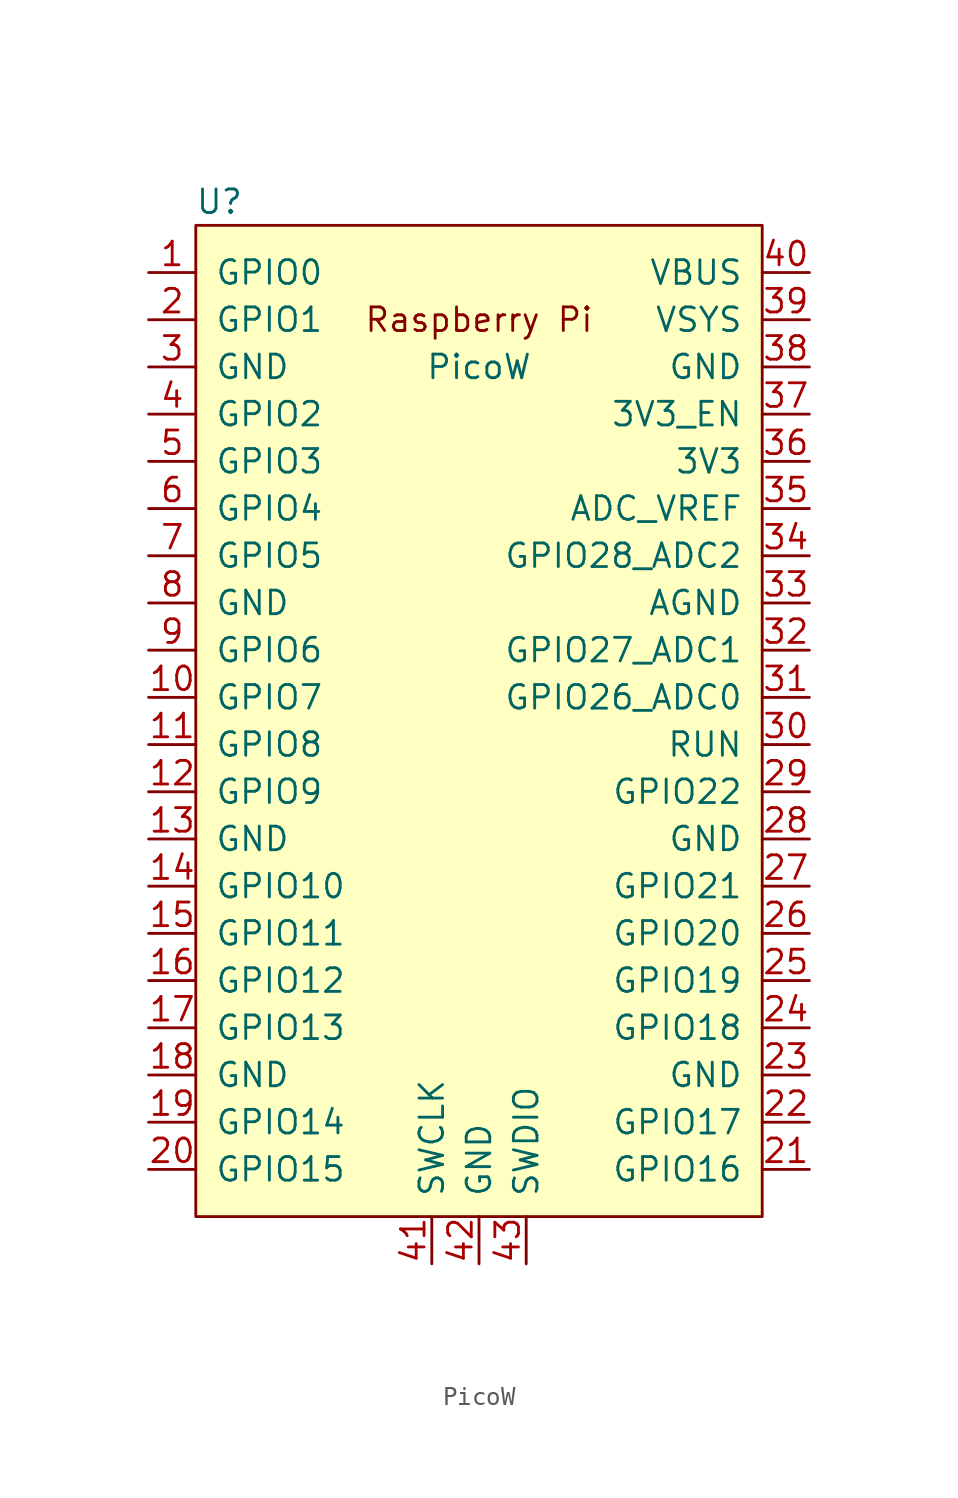
<source format=kicad_sym>
(kicad_symbol_lib
  (version 20220914)
  (generator kicad_symbol_editor)
  (symbol "PicoW"
    (pin_names
      (offset 1.016))
    (property "Reference" "U"
      (at -13.97 27.94 0)
      (effects (font (size 1.27 1.27))))
    (property "Value" "PicoW"
      (at 0 19.05 0)
      (effects (font (size 1.27 1.27))))
    (symbol "PicoW_0_0"
      (text "Raspberry Pi" (at 0 21.59 0) (effects (font (size 1.27 1.27)))))
    (symbol "PicoW_0_1"
      (rectangle (start -15.24 26.67) (end 15.24 -26.67) (stroke (width 0) (type default)) (fill (type background))))
    (symbol "PicoW_1_1"
      (pin bidirectional line (at -17.78 24.13 0) (length 2.54) (name "GPIO0" (effects (font (size 1.27 1.27)))) (number "1" (effects (font (size 1.27 1.27)))))
      (pin bidirectional line (at -17.78 1.27 0) (length 2.54) (name "GPIO7" (effects (font (size 1.27 1.27)))) (number "10" (effects (font (size 1.27 1.27)))))
      (pin bidirectional line (at -17.78 -1.27 0) (length 2.54) (name "GPIO8" (effects (font (size 1.27 1.27)))) (number "11" (effects (font (size 1.27 1.27)))))
      (pin bidirectional line (at -17.78 -3.81 0) (length 2.54) (name "GPIO9" (effects (font (size 1.27 1.27)))) (number "12" (effects (font (size 1.27 1.27)))))
      (pin power_in line (at -17.78 -6.35 0) (length 2.54) (name "GND" (effects (font (size 1.27 1.27)))) (number "13" (effects (font (size 1.27 1.27)))))
      (pin bidirectional line (at -17.78 -8.89 0) (length 2.54) (name "GPIO10" (effects (font (size 1.27 1.27)))) (number "14" (effects (font (size 1.27 1.27)))))
      (pin bidirectional line (at -17.78 -11.43 0) (length 2.54) (name "GPIO11" (effects (font (size 1.27 1.27)))) (number "15" (effects (font (size 1.27 1.27)))))
      (pin bidirectional line (at -17.78 -13.97 0) (length 2.54) (name "GPIO12" (effects (font (size 1.27 1.27)))) (number "16" (effects (font (size 1.27 1.27)))))
      (pin bidirectional line (at -17.78 -16.51 0) (length 2.54) (name "GPIO13" (effects (font (size 1.27 1.27)))) (number "17" (effects (font (size 1.27 1.27)))))
      (pin power_in line (at -17.78 -19.05 0) (length 2.54) (name "GND" (effects (font (size 1.27 1.27)))) (number "18" (effects (font (size 1.27 1.27)))))
      (pin bidirectional line (at -17.78 -21.59 0) (length 2.54) (name "GPIO14" (effects (font (size 1.27 1.27)))) (number "19" (effects (font (size 1.27 1.27)))))
      (pin bidirectional line (at -17.78 21.59 0) (length 2.54) (name "GPIO1" (effects (font (size 1.27 1.27)))) (number "2" (effects (font (size 1.27 1.27)))))
      (pin bidirectional line (at -17.78 -24.13 0) (length 2.54) (name "GPIO15" (effects (font (size 1.27 1.27)))) (number "20" (effects (font (size 1.27 1.27)))))
      (pin bidirectional line (at 17.78 -24.13 180) (length 2.54) (name "GPIO16" (effects (font (size 1.27 1.27)))) (number "21" (effects (font (size 1.27 1.27)))))
      (pin bidirectional line (at 17.78 -21.59 180) (length 2.54) (name "GPIO17" (effects (font (size 1.27 1.27)))) (number "22" (effects (font (size 1.27 1.27)))))
      (pin power_in line (at 17.78 -19.05 180) (length 2.54) (name "GND" (effects (font (size 1.27 1.27)))) (number "23" (effects (font (size 1.27 1.27)))))
      (pin bidirectional line (at 17.78 -16.51 180) (length 2.54) (name "GPIO18" (effects (font (size 1.27 1.27)))) (number "24" (effects (font (size 1.27 1.27)))))
      (pin bidirectional line (at 17.78 -13.97 180) (length 2.54) (name "GPIO19" (effects (font (size 1.27 1.27)))) (number "25" (effects (font (size 1.27 1.27)))))
      (pin bidirectional line (at 17.78 -11.43 180) (length 2.54) (name "GPIO20" (effects (font (size 1.27 1.27)))) (number "26" (effects (font (size 1.27 1.27)))))
      (pin bidirectional line (at 17.78 -8.89 180) (length 2.54) (name "GPIO21" (effects (font (size 1.27 1.27)))) (number "27" (effects (font (size 1.27 1.27)))))
      (pin power_in line (at 17.78 -6.35 180) (length 2.54) (name "GND" (effects (font (size 1.27 1.27)))) (number "28" (effects (font (size 1.27 1.27)))))
      (pin bidirectional line (at 17.78 -3.81 180) (length 2.54) (name "GPIO22" (effects (font (size 1.27 1.27)))) (number "29" (effects (font (size 1.27 1.27)))))
      (pin power_in line (at -17.78 19.05 0) (length 2.54) (name "GND" (effects (font (size 1.27 1.27)))) (number "3" (effects (font (size 1.27 1.27)))))
      (pin input line (at 17.78 -1.27 180) (length 2.54) (name "RUN" (effects (font (size 1.27 1.27)))) (number "30" (effects (font (size 1.27 1.27)))))
      (pin bidirectional line (at 17.78 1.27 180) (length 2.54) (name "GPIO26_ADC0" (effects (font (size 1.27 1.27)))) (number "31" (effects (font (size 1.27 1.27)))))
      (pin bidirectional line (at 17.78 3.81 180) (length 2.54) (name "GPIO27_ADC1" (effects (font (size 1.27 1.27)))) (number "32" (effects (font (size 1.27 1.27)))))
      (pin power_in line (at 17.78 6.35 180) (length 2.54) (name "AGND" (effects (font (size 1.27 1.27)))) (number "33" (effects (font (size 1.27 1.27)))))
      (pin bidirectional line (at 17.78 8.89 180) (length 2.54) (name "GPIO28_ADC2" (effects (font (size 1.27 1.27)))) (number "34" (effects (font (size 1.27 1.27)))))
      (pin unspecified line (at 17.78 11.43 180) (length 2.54) (name "ADC_VREF" (effects (font (size 1.27 1.27)))) (number "35" (effects (font (size 1.27 1.27)))))
      (pin power_out line (at 17.78 13.97 180) (length 2.54) (name "3V3" (effects (font (size 1.27 1.27)))) (number "36" (effects (font (size 1.27 1.27)))))
      (pin input line (at 17.78 16.51 180) (length 2.54) (name "3V3_EN" (effects (font (size 1.27 1.27)))) (number "37" (effects (font (size 1.27 1.27)))))
      (pin power_in line (at 17.78 19.05 180) (length 2.54) (name "GND" (effects (font (size 1.27 1.27)))) (number "38" (effects (font (size 1.27 1.27)))))
      (pin power_in line (at 17.78 21.59 180) (length 2.54) (name "VSYS" (effects (font (size 1.27 1.27)))) (number "39" (effects (font (size 1.27 1.27)))))
      (pin bidirectional line (at -17.78 16.51 0) (length 2.54) (name "GPIO2" (effects (font (size 1.27 1.27)))) (number "4" (effects (font (size 1.27 1.27)))))
      (pin unspecified line (at 17.78 24.13 180) (length 2.54) (name "VBUS" (effects (font (size 1.27 1.27)))) (number "40" (effects (font (size 1.27 1.27)))))
      (pin input line (at -2.54 -29.21 90) (length 2.54) (name "SWCLK" (effects (font (size 1.27 1.27)))) (number "41" (effects (font (size 1.27 1.27)))))
      (pin power_in line (at 0 -29.21 90) (length 2.54) (name "GND" (effects (font (size 1.27 1.27)))) (number "42" (effects (font (size 1.27 1.27)))))
      (pin bidirectional line (at 2.54 -29.21 90) (length 2.54) (name "SWDIO" (effects (font (size 1.27 1.27)))) (number "43" (effects (font (size 1.27 1.27)))))
      (pin bidirectional line (at -17.78 13.97 0) (length 2.54) (name "GPIO3" (effects (font (size 1.27 1.27)))) (number "5" (effects (font (size 1.27 1.27)))))
      (pin bidirectional line (at -17.78 11.43 0) (length 2.54) (name "GPIO4" (effects (font (size 1.27 1.27)))) (number "6" (effects (font (size 1.27 1.27)))))
      (pin bidirectional line (at -17.78 8.89 0) (length 2.54) (name "GPIO5" (effects (font (size 1.27 1.27)))) (number "7" (effects (font (size 1.27 1.27)))))
      (pin power_in line (at -17.78 6.35 0) (length 2.54) (name "GND" (effects (font (size 1.27 1.27)))) (number "8" (effects (font (size 1.27 1.27)))))
      (pin bidirectional line (at -17.78 3.81 0) (length 2.54) (name "GPIO6" (effects (font (size 1.27 1.27)))) (number "9" (effects (font (size 1.27 1.27))))))))
</source>
